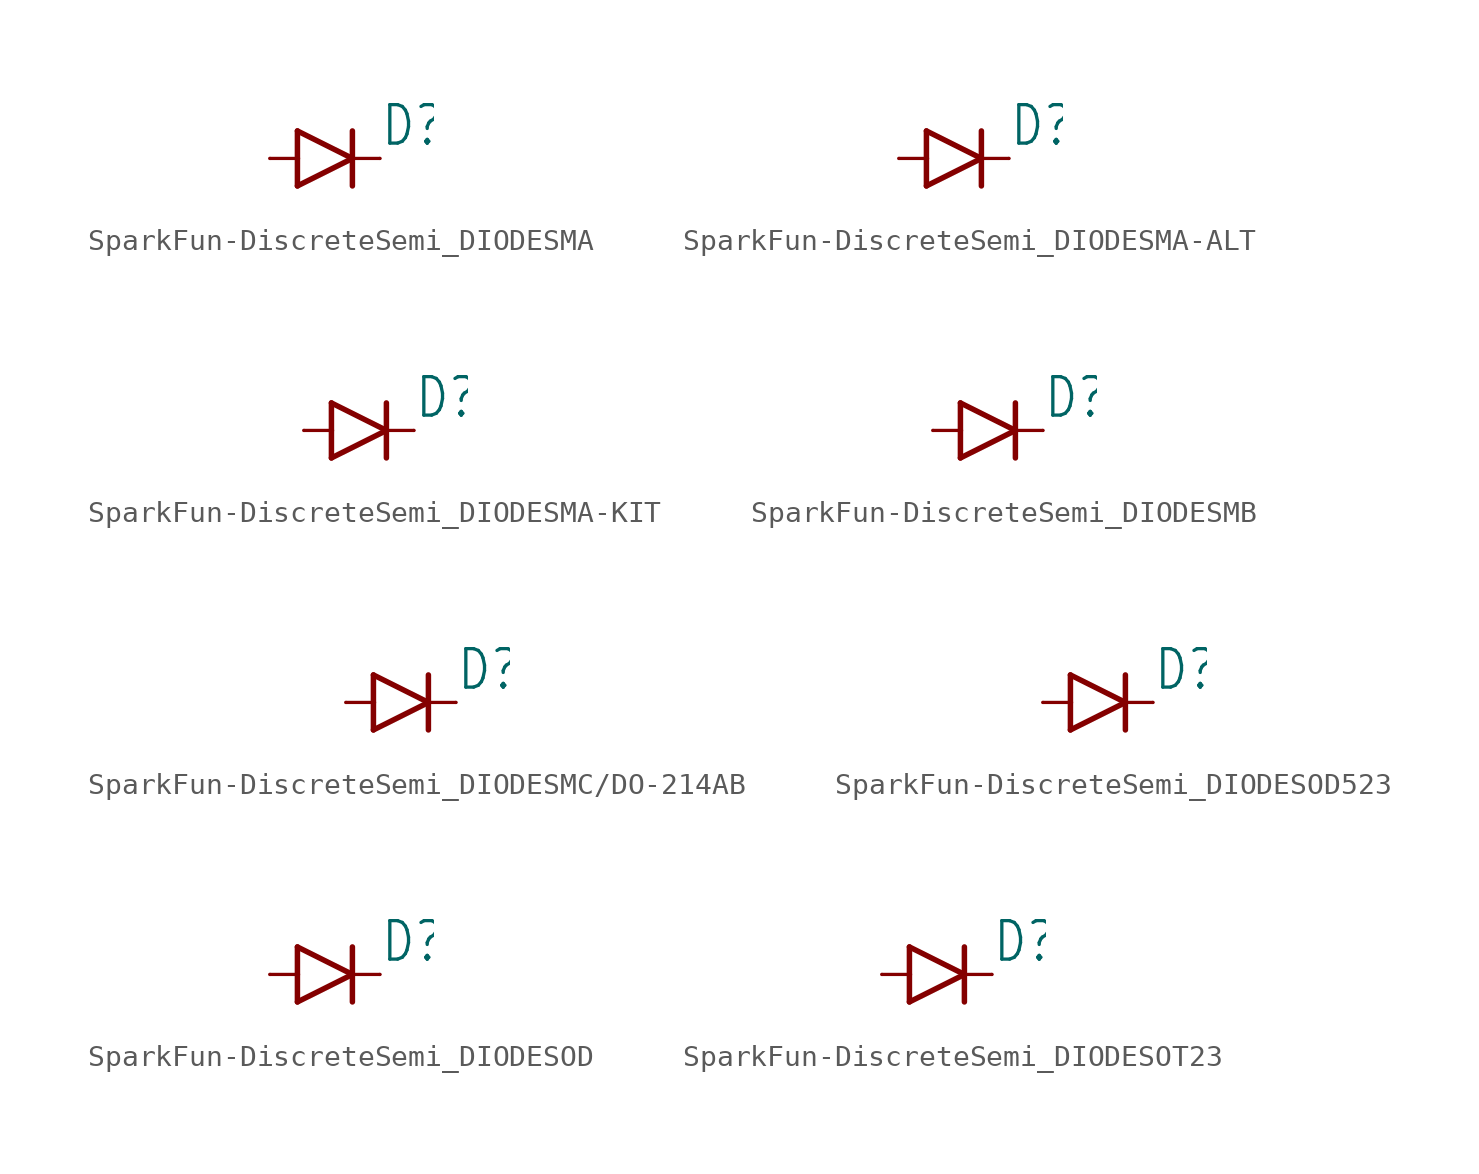
<source format=kicad_sym>
(kicad_symbol_lib
  (version 20231120)
  (generator "kicad_symbol_editor")
  (generator_version "8.0")
  (symbol "SparkFun-DiscreteSemi_DIODESMA"
    (property "Reference" "D"
      (at 2.54 0.483 0)
      (effects (font (size 1.778 1.511)) (justify left bottom)))
    (property "Value" ""
      (at 2.54 -2.311 0)
      (effects (font (size 1.778 1.511)) (justify left bottom)))
    (property "ki_locked" ""
      (at 0 0 0)
      (effects (font (size 1.27 1.27))))
    (symbol "SparkFun-DiscreteSemi_DIODESMA_1_0"
      (polyline (pts (xy -2.54 0) (xy -1.27 0)) (stroke (width 0.152) (type solid)) (fill (type none)))
      (polyline (pts (xy -1.27 -1.27) (xy 1.27 0)) (stroke (width 0.254) (type solid)) (fill (type none)))
      (polyline (pts (xy -1.27 0) (xy -1.27 -1.27)) (stroke (width 0.254) (type solid)) (fill (type none)))
      (polyline (pts (xy -1.27 1.27) (xy -1.27 0)) (stroke (width 0.254) (type solid)) (fill (type none)))
      (polyline (pts (xy 1.27 0) (xy -1.27 1.27)) (stroke (width 0.254) (type solid)) (fill (type none)))
      (polyline (pts (xy 1.27 0) (xy 1.27 -1.27)) (stroke (width 0.254) (type solid)) (fill (type none)))
      (polyline (pts (xy 1.27 1.27) (xy 1.27 0)) (stroke (width 0.254) (type solid)) (fill (type none)))
      (polyline (pts (xy 2.54 0) (xy 1.27 0)) (stroke (width 0.152) (type solid)) (fill (type none)))
      (pin passive line (at -2.54 0 0) (length 0) (name "A" (effects (font (size 0 0)))) (number "A" (effects (font (size 0 0)))))
      (pin passive line (at 2.54 0 180) (length 0) (name "C" (effects (font (size 0 0)))) (number "C" (effects (font (size 0 0)))))))
  (symbol "SparkFun-DiscreteSemi_DIODESMA-ALT"
    (property "Reference" "D"
      (at 2.54 0.483 0)
      (effects (font (size 1.778 1.511)) (justify left bottom)))
    (property "Value" ""
      (at 2.54 -2.311 0)
      (effects (font (size 1.778 1.511)) (justify left bottom)))
    (property "ki_locked" ""
      (at 0 0 0)
      (effects (font (size 1.27 1.27))))
    (symbol "SparkFun-DiscreteSemi_DIODESMA-ALT_1_0"
      (polyline (pts (xy -2.54 0) (xy -1.27 0)) (stroke (width 0.152) (type solid)) (fill (type none)))
      (polyline (pts (xy -1.27 -1.27) (xy 1.27 0)) (stroke (width 0.254) (type solid)) (fill (type none)))
      (polyline (pts (xy -1.27 0) (xy -1.27 -1.27)) (stroke (width 0.254) (type solid)) (fill (type none)))
      (polyline (pts (xy -1.27 1.27) (xy -1.27 0)) (stroke (width 0.254) (type solid)) (fill (type none)))
      (polyline (pts (xy 1.27 0) (xy -1.27 1.27)) (stroke (width 0.254) (type solid)) (fill (type none)))
      (polyline (pts (xy 1.27 0) (xy 1.27 -1.27)) (stroke (width 0.254) (type solid)) (fill (type none)))
      (polyline (pts (xy 1.27 1.27) (xy 1.27 0)) (stroke (width 0.254) (type solid)) (fill (type none)))
      (polyline (pts (xy 2.54 0) (xy 1.27 0)) (stroke (width 0.152) (type solid)) (fill (type none)))
      (pin passive line (at -2.54 0 0) (length 0) (name "A" (effects (font (size 0 0)))) (number "A" (effects (font (size 0 0)))))
      (pin passive line (at 2.54 0 180) (length 0) (name "C" (effects (font (size 0 0)))) (number "C" (effects (font (size 0 0)))))))
  (symbol "SparkFun-DiscreteSemi_DIODESMA-KIT"
    (property "Reference" "D"
      (at 2.54 0.483 0)
      (effects (font (size 1.778 1.511)) (justify left bottom)))
    (property "Value" ""
      (at 2.54 -2.311 0)
      (effects (font (size 1.778 1.511)) (justify left bottom)))
    (property "ki_locked" ""
      (at 0 0 0)
      (effects (font (size 1.27 1.27))))
    (symbol "SparkFun-DiscreteSemi_DIODESMA-KIT_1_0"
      (polyline (pts (xy -2.54 0) (xy -1.27 0)) (stroke (width 0.152) (type solid)) (fill (type none)))
      (polyline (pts (xy -1.27 -1.27) (xy 1.27 0)) (stroke (width 0.254) (type solid)) (fill (type none)))
      (polyline (pts (xy -1.27 0) (xy -1.27 -1.27)) (stroke (width 0.254) (type solid)) (fill (type none)))
      (polyline (pts (xy -1.27 1.27) (xy -1.27 0)) (stroke (width 0.254) (type solid)) (fill (type none)))
      (polyline (pts (xy 1.27 0) (xy -1.27 1.27)) (stroke (width 0.254) (type solid)) (fill (type none)))
      (polyline (pts (xy 1.27 0) (xy 1.27 -1.27)) (stroke (width 0.254) (type solid)) (fill (type none)))
      (polyline (pts (xy 1.27 1.27) (xy 1.27 0)) (stroke (width 0.254) (type solid)) (fill (type none)))
      (polyline (pts (xy 2.54 0) (xy 1.27 0)) (stroke (width 0.152) (type solid)) (fill (type none)))
      (pin passive line (at -2.54 0 0) (length 0) (name "A" (effects (font (size 0 0)))) (number "A" (effects (font (size 0 0)))))
      (pin passive line (at 2.54 0 180) (length 0) (name "C" (effects (font (size 0 0)))) (number "C" (effects (font (size 0 0)))))))
  (symbol "SparkFun-DiscreteSemi_DIODESMB"
    (property "Reference" "D"
      (at 2.54 0.483 0)
      (effects (font (size 1.778 1.511)) (justify left bottom)))
    (property "Value" ""
      (at 2.54 -2.311 0)
      (effects (font (size 1.778 1.511)) (justify left bottom)))
    (property "ki_locked" ""
      (at 0 0 0)
      (effects (font (size 1.27 1.27))))
    (symbol "SparkFun-DiscreteSemi_DIODESMB_1_0"
      (polyline (pts (xy -2.54 0) (xy -1.27 0)) (stroke (width 0.152) (type solid)) (fill (type none)))
      (polyline (pts (xy -1.27 -1.27) (xy 1.27 0)) (stroke (width 0.254) (type solid)) (fill (type none)))
      (polyline (pts (xy -1.27 0) (xy -1.27 -1.27)) (stroke (width 0.254) (type solid)) (fill (type none)))
      (polyline (pts (xy -1.27 1.27) (xy -1.27 0)) (stroke (width 0.254) (type solid)) (fill (type none)))
      (polyline (pts (xy 1.27 0) (xy -1.27 1.27)) (stroke (width 0.254) (type solid)) (fill (type none)))
      (polyline (pts (xy 1.27 0) (xy 1.27 -1.27)) (stroke (width 0.254) (type solid)) (fill (type none)))
      (polyline (pts (xy 1.27 1.27) (xy 1.27 0)) (stroke (width 0.254) (type solid)) (fill (type none)))
      (polyline (pts (xy 2.54 0) (xy 1.27 0)) (stroke (width 0.152) (type solid)) (fill (type none)))
      (pin passive line (at -2.54 0 0) (length 0) (name "A" (effects (font (size 0 0)))) (number "A" (effects (font (size 0 0)))))
      (pin passive line (at 2.54 0 180) (length 0) (name "C" (effects (font (size 0 0)))) (number "C" (effects (font (size 0 0)))))))
  (symbol "SparkFun-DiscreteSemi_DIODESMC/DO-214AB"
    (property "Reference" "D"
      (at 2.54 0.483 0)
      (effects (font (size 1.778 1.511)) (justify left bottom)))
    (property "Value" ""
      (at 2.54 -2.311 0)
      (effects (font (size 1.778 1.511)) (justify left bottom)))
    (property "ki_locked" ""
      (at 0 0 0)
      (effects (font (size 1.27 1.27))))
    (symbol "SparkFun-DiscreteSemi_DIODESMC/DO-214AB_1_0"
      (polyline (pts (xy -2.54 0) (xy -1.27 0)) (stroke (width 0.152) (type solid)) (fill (type none)))
      (polyline (pts (xy -1.27 -1.27) (xy 1.27 0)) (stroke (width 0.254) (type solid)) (fill (type none)))
      (polyline (pts (xy -1.27 0) (xy -1.27 -1.27)) (stroke (width 0.254) (type solid)) (fill (type none)))
      (polyline (pts (xy -1.27 1.27) (xy -1.27 0)) (stroke (width 0.254) (type solid)) (fill (type none)))
      (polyline (pts (xy 1.27 0) (xy -1.27 1.27)) (stroke (width 0.254) (type solid)) (fill (type none)))
      (polyline (pts (xy 1.27 0) (xy 1.27 -1.27)) (stroke (width 0.254) (type solid)) (fill (type none)))
      (polyline (pts (xy 1.27 1.27) (xy 1.27 0)) (stroke (width 0.254) (type solid)) (fill (type none)))
      (polyline (pts (xy 2.54 0) (xy 1.27 0)) (stroke (width 0.152) (type solid)) (fill (type none)))
      (pin passive line (at -2.54 0 0) (length 0) (name "A" (effects (font (size 0 0)))) (number "A" (effects (font (size 0 0)))))
      (pin passive line (at 2.54 0 180) (length 0) (name "C" (effects (font (size 0 0)))) (number "C" (effects (font (size 0 0)))))))
  (symbol "SparkFun-DiscreteSemi_DIODESOD523"
    (property "Reference" "D"
      (at 2.54 0.483 0)
      (effects (font (size 1.778 1.511)) (justify left bottom)))
    (property "Value" ""
      (at 2.54 -2.311 0)
      (effects (font (size 1.778 1.511)) (justify left bottom)))
    (property "ki_locked" ""
      (at 0 0 0)
      (effects (font (size 1.27 1.27))))
    (symbol "SparkFun-DiscreteSemi_DIODESOD523_1_0"
      (polyline (pts (xy -2.54 0) (xy -1.27 0)) (stroke (width 0.152) (type solid)) (fill (type none)))
      (polyline (pts (xy -1.27 -1.27) (xy 1.27 0)) (stroke (width 0.254) (type solid)) (fill (type none)))
      (polyline (pts (xy -1.27 0) (xy -1.27 -1.27)) (stroke (width 0.254) (type solid)) (fill (type none)))
      (polyline (pts (xy -1.27 1.27) (xy -1.27 0)) (stroke (width 0.254) (type solid)) (fill (type none)))
      (polyline (pts (xy 1.27 0) (xy -1.27 1.27)) (stroke (width 0.254) (type solid)) (fill (type none)))
      (polyline (pts (xy 1.27 0) (xy 1.27 -1.27)) (stroke (width 0.254) (type solid)) (fill (type none)))
      (polyline (pts (xy 1.27 1.27) (xy 1.27 0)) (stroke (width 0.254) (type solid)) (fill (type none)))
      (polyline (pts (xy 2.54 0) (xy 1.27 0)) (stroke (width 0.152) (type solid)) (fill (type none)))
      (pin passive line (at -2.54 0 0) (length 0) (name "A" (effects (font (size 0 0)))) (number "A" (effects (font (size 0 0)))))
      (pin passive line (at 2.54 0 180) (length 0) (name "C" (effects (font (size 0 0)))) (number "C" (effects (font (size 0 0)))))))
  (symbol "SparkFun-DiscreteSemi_DIODESOD"
    (property "Reference" "D"
      (at 2.54 0.483 0)
      (effects (font (size 1.778 1.511)) (justify left bottom)))
    (property "Value" ""
      (at 2.54 -2.311 0)
      (effects (font (size 1.778 1.511)) (justify left bottom)))
    (property "ki_locked" ""
      (at 0 0 0)
      (effects (font (size 1.27 1.27))))
    (symbol "SparkFun-DiscreteSemi_DIODESOD_1_0"
      (polyline (pts (xy -2.54 0) (xy -1.27 0)) (stroke (width 0.152) (type solid)) (fill (type none)))
      (polyline (pts (xy -1.27 -1.27) (xy 1.27 0)) (stroke (width 0.254) (type solid)) (fill (type none)))
      (polyline (pts (xy -1.27 0) (xy -1.27 -1.27)) (stroke (width 0.254) (type solid)) (fill (type none)))
      (polyline (pts (xy -1.27 1.27) (xy -1.27 0)) (stroke (width 0.254) (type solid)) (fill (type none)))
      (polyline (pts (xy 1.27 0) (xy -1.27 1.27)) (stroke (width 0.254) (type solid)) (fill (type none)))
      (polyline (pts (xy 1.27 0) (xy 1.27 -1.27)) (stroke (width 0.254) (type solid)) (fill (type none)))
      (polyline (pts (xy 1.27 1.27) (xy 1.27 0)) (stroke (width 0.254) (type solid)) (fill (type none)))
      (polyline (pts (xy 2.54 0) (xy 1.27 0)) (stroke (width 0.152) (type solid)) (fill (type none)))
      (pin passive line (at -2.54 0 0) (length 0) (name "A" (effects (font (size 0 0)))) (number "A" (effects (font (size 0 0)))))
      (pin passive line (at 2.54 0 180) (length 0) (name "C" (effects (font (size 0 0)))) (number "C" (effects (font (size 0 0)))))))
  (symbol "SparkFun-DiscreteSemi_DIODESOT23"
    (property "Reference" "D"
      (at 2.54 0.483 0)
      (effects (font (size 1.778 1.511)) (justify left bottom)))
    (property "Value" ""
      (at 2.54 -2.311 0)
      (effects (font (size 1.778 1.511)) (justify left bottom)))
    (property "ki_locked" ""
      (at 0 0 0)
      (effects (font (size 1.27 1.27))))
    (symbol "SparkFun-DiscreteSemi_DIODESOT23_1_0"
      (polyline (pts (xy -2.54 0) (xy -1.27 0)) (stroke (width 0.152) (type solid)) (fill (type none)))
      (polyline (pts (xy -1.27 -1.27) (xy 1.27 0)) (stroke (width 0.254) (type solid)) (fill (type none)))
      (polyline (pts (xy -1.27 0) (xy -1.27 -1.27)) (stroke (width 0.254) (type solid)) (fill (type none)))
      (polyline (pts (xy -1.27 1.27) (xy -1.27 0)) (stroke (width 0.254) (type solid)) (fill (type none)))
      (polyline (pts (xy 1.27 0) (xy -1.27 1.27)) (stroke (width 0.254) (type solid)) (fill (type none)))
      (polyline (pts (xy 1.27 0) (xy 1.27 -1.27)) (stroke (width 0.254) (type solid)) (fill (type none)))
      (polyline (pts (xy 1.27 1.27) (xy 1.27 0)) (stroke (width 0.254) (type solid)) (fill (type none)))
      (polyline (pts (xy 2.54 0) (xy 1.27 0)) (stroke (width 0.152) (type solid)) (fill (type none)))
      (pin passive line (at -2.54 0 0) (length 0) (name "A" (effects (font (size 0 0)))) (number "1" (effects (font (size 0 0)))))
      (pin passive line (at 2.54 0 180) (length 0) (name "C" (effects (font (size 0 0)))) (number "3" (effects (font (size 0 0))))))))
</source>
